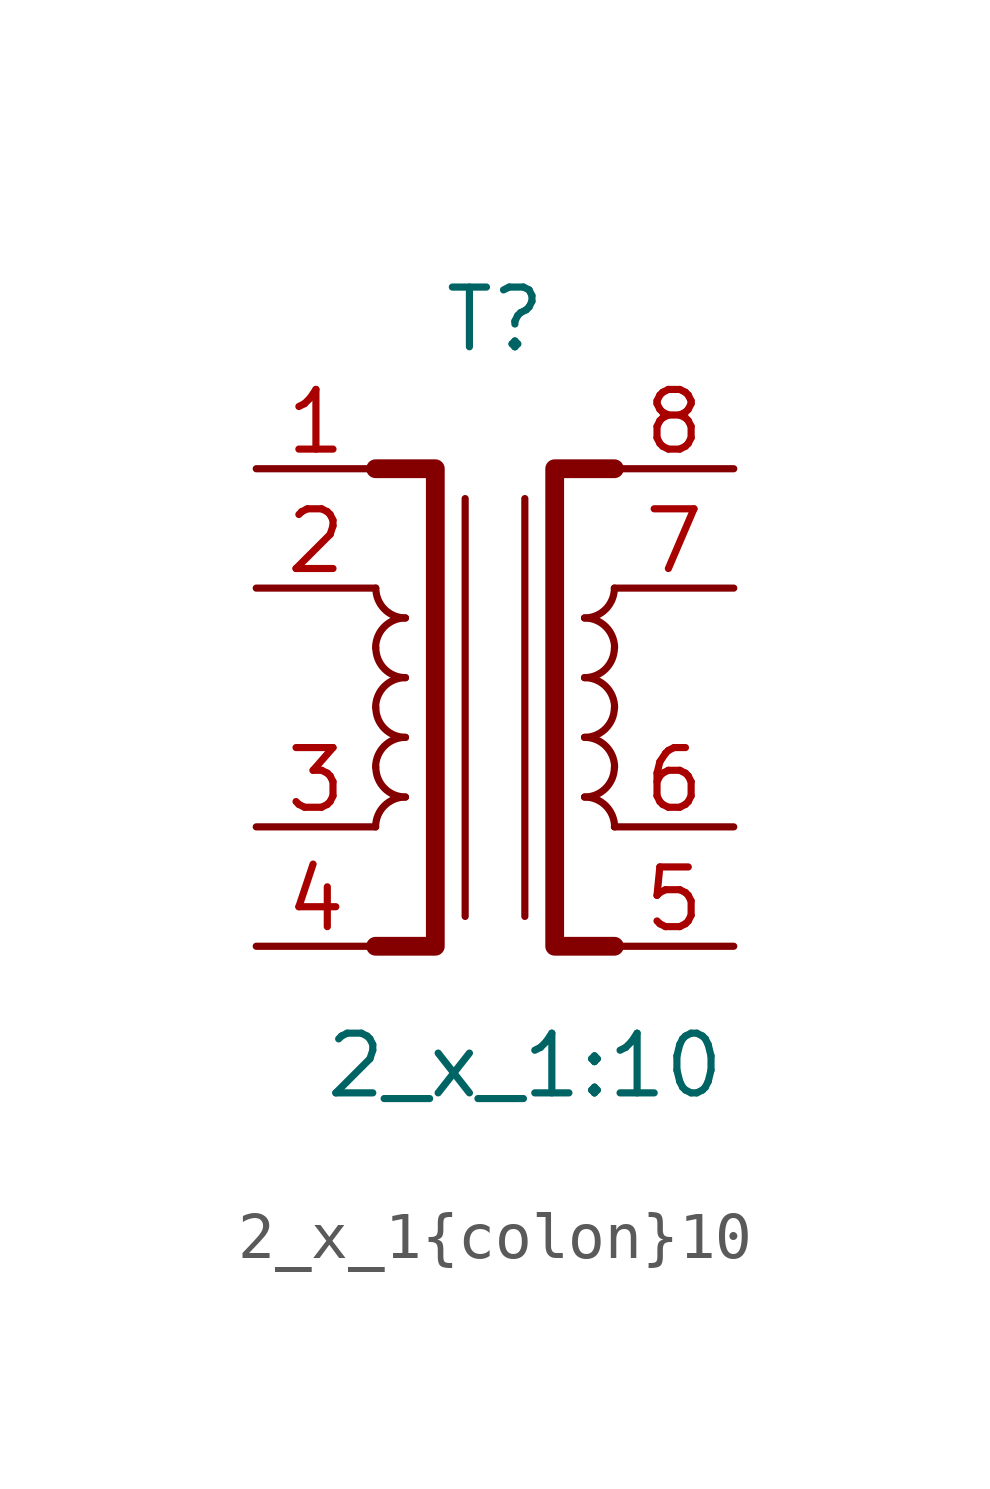
<source format=kicad_sym>
(kicad_symbol_lib
  (version 20211014)
  (generator kicad_symbol_editor)
  (symbol "2_x_1{colon}10"
    (property "Reference" "T"
      (at 0 -1.905 0)
      (effects (font (size 1.27 1.27))))
    (property "Value" "2_x_1{colon}10"
      (at 0.635 -17.78 0)
      (effects (font (size 1.27 1.27))))
    (symbol "2_x_1{colon}10_0_1"
      (arc (start -2.54 -11.43) (mid -2.989 -12.514) (end -1.905 -12.065) (stroke (width 0) (type default) (color 0 0 0 0)) (fill (type none)))
      (arc (start -2.54 -10.16) (mid -2.989 -11.244) (end -1.905 -10.795) (stroke (width 0) (type default) (color 0 0 0 0)) (fill (type none)))
      (arc (start -2.54 -8.89) (mid -2.989 -9.974) (end -1.905 -9.525) (stroke (width 0) (type default) (color 0 0 0 0)) (fill (type none)))
      (arc (start -2.54 -7.62) (mid -2.989 -8.704) (end -1.905 -8.255) (stroke (width 0) (type default) (color 0 0 0 0)) (fill (type none)))
      (arc (start -1.905 -12.065) (mid -2.989 -11.616) (end -2.54 -12.7) (stroke (width 0) (type default) (color 0 0 0 0)) (fill (type none)))
      (arc (start -1.905 -10.795) (mid -2.989 -10.346) (end -2.54 -11.43) (stroke (width 0) (type default) (color 0 0 0 0)) (fill (type none)))
      (arc (start -1.905 -9.525) (mid -2.989 -9.076) (end -2.54 -10.16) (stroke (width 0) (type default) (color 0 0 0 0)) (fill (type none)))
      (arc (start -1.905 -8.255) (mid -2.989 -7.806) (end -2.54 -8.89) (stroke (width 0) (type default) (color 0 0 0 0)) (fill (type none)))
      (polyline (pts (xy -0.635 -5.715) (xy -0.635 -14.605)) (stroke (width 0) (type default) (color 0 0 0 0)) (fill (type none)))
      (polyline (pts (xy 0.635 -5.715) (xy 0.635 -14.605)) (stroke (width 0) (type default) (color 0 0 0 0)) (fill (type none)))
      (polyline (pts (xy -2.54 -5.08) (xy -1.27 -5.08) (xy -1.27 -15.24) (xy -2.54 -15.24)) (stroke (width 0.4) (type default) (color 0 0 0 0)) (fill (type none)))
      (polyline (pts (xy 2.54 -5.08) (xy 1.27 -5.08) (xy 1.27 -15.24) (xy 2.54 -15.24)) (stroke (width 0.4) (type default) (color 0 0 0 0)) (fill (type none)))
      (arc (start 1.905 -12.065) (mid 2.989 -12.514) (end 2.54 -11.43) (stroke (width 0) (type default) (color 0 0 0 0)) (fill (type none)))
      (arc (start 1.905 -10.795) (mid 2.989 -11.244) (end 2.54 -10.16) (stroke (width 0) (type default) (color 0 0 0 0)) (fill (type none)))
      (arc (start 1.905 -9.525) (mid 2.989 -9.974) (end 2.54 -8.89) (stroke (width 0) (type default) (color 0 0 0 0)) (fill (type none)))
      (arc (start 1.905 -8.255) (mid 2.989 -8.704) (end 2.54 -7.62) (stroke (width 0) (type default) (color 0 0 0 0)) (fill (type none)))
      (arc (start 2.54 -12.7) (mid 2.989 -11.616) (end 1.905 -12.065) (stroke (width 0) (type default) (color 0 0 0 0)) (fill (type none)))
      (arc (start 2.54 -11.43) (mid 2.989 -10.346) (end 1.905 -10.795) (stroke (width 0) (type default) (color 0 0 0 0)) (fill (type none)))
      (arc (start 2.54 -10.16) (mid 2.989 -9.076) (end 1.905 -9.525) (stroke (width 0) (type default) (color 0 0 0 0)) (fill (type none)))
      (arc (start 2.54 -8.89) (mid 2.989 -7.806) (end 1.905 -8.255) (stroke (width 0) (type default) (color 0 0 0 0)) (fill (type none))))
    (symbol "2_x_1{colon}10_1_1"
      (pin input line (at -5.08 -5.08 0) (length 2.54) (name "" (effects (font (size 1.27 1.27)))) (number "1" (effects (font (size 1.27 1.27)))))
      (pin input line (at -5.08 -7.62 0) (length 2.54) (name "" (effects (font (size 1.27 1.27)))) (number "2" (effects (font (size 1.27 1.27)))))
      (pin input line (at -5.08 -12.7 0) (length 2.54) (name "" (effects (font (size 1.27 1.27)))) (number "3" (effects (font (size 1.27 1.27)))))
      (pin input line (at -5.08 -15.24 0) (length 2.54) (name "" (effects (font (size 1.27 1.27)))) (number "4" (effects (font (size 1.27 1.27)))))
      (pin input line (at 5.08 -15.24 180) (length 2.54) (name "" (effects (font (size 1.27 1.27)))) (number "5" (effects (font (size 1.27 1.27)))))
      (pin input line (at 5.08 -12.7 180) (length 2.54) (name "" (effects (font (size 1.27 1.27)))) (number "6" (effects (font (size 1.27 1.27)))))
      (pin input line (at 5.08 -7.62 180) (length 2.54) (name "" (effects (font (size 1.27 1.27)))) (number "7" (effects (font (size 1.27 1.27)))))
      (pin input line (at 5.08 -5.08 180) (length 2.54) (name "" (effects (font (size 1.27 1.27)))) (number "8" (effects (font (size 1.27 1.27))))))))
</source>
